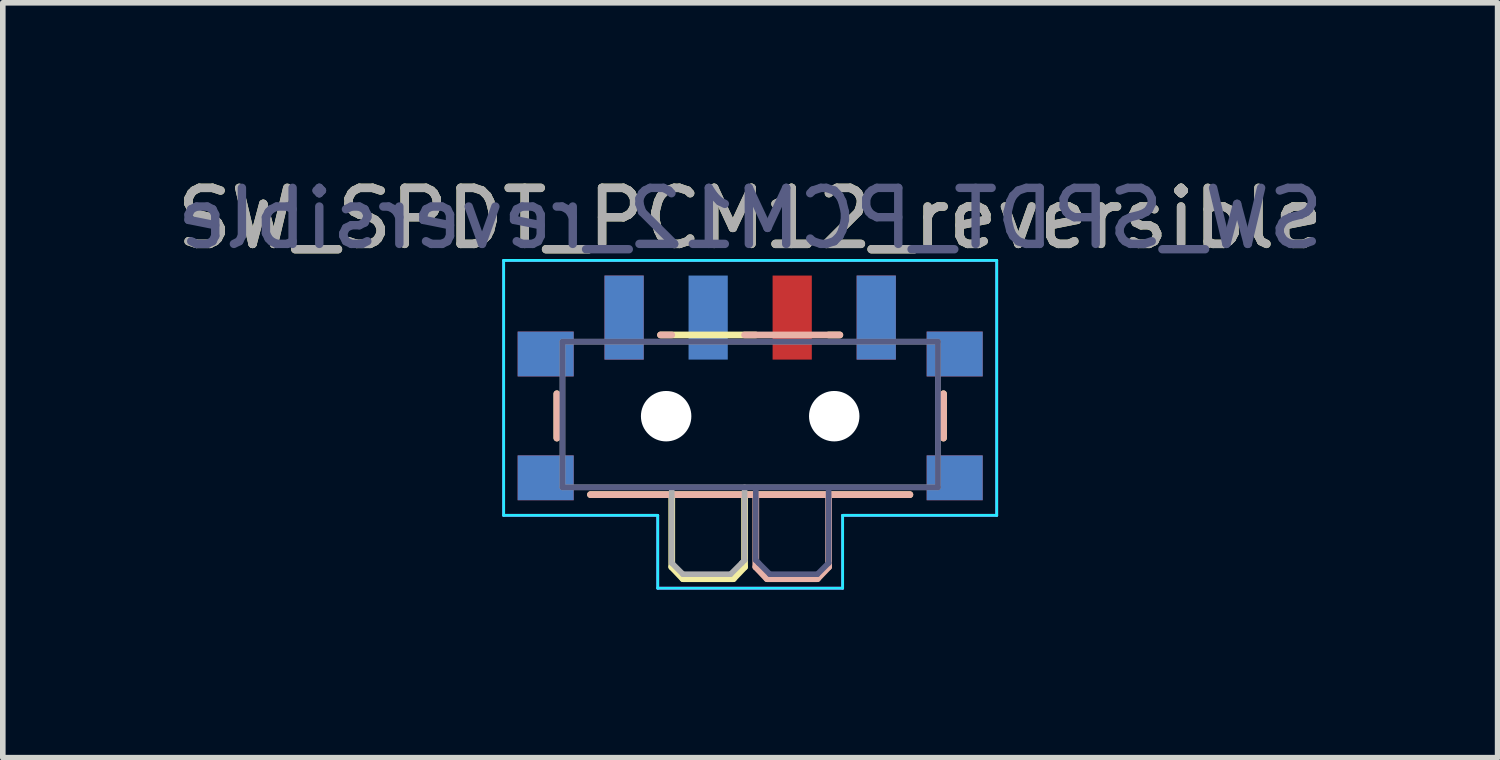
<source format=kicad_pcb>
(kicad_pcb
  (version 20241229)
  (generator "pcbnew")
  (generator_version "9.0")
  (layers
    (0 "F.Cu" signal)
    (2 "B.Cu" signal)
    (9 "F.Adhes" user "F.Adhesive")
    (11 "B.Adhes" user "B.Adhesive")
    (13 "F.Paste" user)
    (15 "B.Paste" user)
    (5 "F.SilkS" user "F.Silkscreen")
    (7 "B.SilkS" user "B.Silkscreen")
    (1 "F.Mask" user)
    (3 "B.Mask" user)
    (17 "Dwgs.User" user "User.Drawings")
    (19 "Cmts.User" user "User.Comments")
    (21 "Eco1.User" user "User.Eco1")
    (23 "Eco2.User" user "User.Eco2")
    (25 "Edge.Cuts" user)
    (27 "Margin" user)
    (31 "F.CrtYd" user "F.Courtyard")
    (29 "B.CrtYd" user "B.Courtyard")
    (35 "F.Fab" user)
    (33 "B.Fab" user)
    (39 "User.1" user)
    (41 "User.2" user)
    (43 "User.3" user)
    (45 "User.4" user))
  (footprint "SW_SPDT_PCM12_reversible"
    (layer "F.Cu")
    (at 10.339 4.048)
    (property "Reference" "SW_SPDT_PCM12_reversible" (at 0 -3.2 0) (layer "F.SilkS") (effects (font (size 1 1) (thickness 0.15))))
    (attr smd)
    (fp_line (start -3.45 -0.07) (end -3.45 0.72) (stroke (width 0.12) (type solid)) (layer "F.SilkS"))
    (fp_line (start -2.85 1.73) (end 2.85 1.73) (stroke (width 0.12) (type solid)) (layer "F.SilkS"))
    (fp_line (start -1.6 -1.12) (end 0.1 -1.12) (stroke (width 0.12) (type solid)) (layer "F.SilkS"))
    (fp_line (start -1.4 1.73) (end -1.4 3.02) (stroke (width 0.12) (type solid)) (layer "F.SilkS"))
    (fp_line (start -1.4 3.02) (end -1.2 3.23) (stroke (width 0.12) (type solid)) (layer "F.SilkS"))
    (fp_line (start -1.2 3.23) (end -0.3 3.23) (stroke (width 0.12) (type solid)) (layer "F.SilkS"))
    (fp_line (start -0.1 3.02) (end -0.3 3.23) (stroke (width 0.12) (type solid)) (layer "F.SilkS"))
    (fp_line (start -0.1 3.02) (end -0.1 1.73) (stroke (width 0.12) (type solid)) (layer "F.SilkS"))
    (fp_line (start 1.4 -1.12) (end 1.6 -1.12) (stroke (width 0.12) (type solid)) (layer "F.SilkS"))
    (fp_line (start 3.45 0.72) (end 3.45 -0.07) (stroke (width 0.12) (type solid)) (layer "F.SilkS"))
    (fp_line (start -3.45 0.72) (end -3.45 -0.07) (stroke (width 0.12) (type solid)) (layer "B.SilkS"))
    (fp_line (start -1.4 -1.12) (end -1.6 -1.12) (stroke (width 0.12) (type solid)) (layer "B.SilkS"))
    (fp_line (start 0.1 3.02) (end 0.1 1.73) (stroke (width 0.12) (type solid)) (layer "B.SilkS"))
    (fp_line (start 0.1 3.02) (end 0.3 3.23) (stroke (width 0.12) (type solid)) (layer "B.SilkS"))
    (fp_line (start 1.2 3.23) (end 0.3 3.23) (stroke (width 0.12) (type solid)) (layer "B.SilkS"))
    (fp_line (start 1.4 1.73) (end 1.4 3.02) (stroke (width 0.12) (type solid)) (layer "B.SilkS"))
    (fp_line (start 1.4 3.02) (end 1.2 3.23) (stroke (width 0.12) (type solid)) (layer "B.SilkS"))
    (fp_line (start 1.6 -1.12) (end -0.1 -1.12) (stroke (width 0.12) (type solid)) (layer "B.SilkS"))
    (fp_line (start 2.85 1.73) (end -2.85 1.73) (stroke (width 0.12) (type solid)) (layer "B.SilkS"))
    (fp_line (start 3.45 -0.07) (end 3.45 0.72) (stroke (width 0.12) (type solid)) (layer "B.SilkS"))
    (fp_line (start -4.4 -2.45) (end -4.4 2.1) (stroke (width 0.05) (type solid)) (layer "B.CrtYd"))
    (fp_line (start -4.4 2.1) (end -1.65 2.1) (stroke (width 0.05) (type solid)) (layer "B.CrtYd"))
    (fp_line (start -1.65 2.1) (end -1.65 3.4) (stroke (width 0.05) (type solid)) (layer "B.CrtYd"))
    (fp_line (start -1.65 3.4) (end 1.65 3.4) (stroke (width 0.05) (type solid)) (layer "B.CrtYd"))
    (fp_line (start 1.65 2.1) (end 4.4 2.1) (stroke (width 0.05) (type solid)) (layer "B.CrtYd"))
    (fp_line (start 1.65 3.4) (end 1.65 2.1) (stroke (width 0.05) (type solid)) (layer "B.CrtYd"))
    (fp_line (start 4.4 -2.45) (end -4.4 -2.45) (stroke (width 0.05) (type solid)) (layer "B.CrtYd"))
    (fp_line (start 4.4 2.1) (end 4.4 -2.45) (stroke (width 0.05) (type solid)) (layer "B.CrtYd"))
    (fp_line (start -4.4 -2.45) (end 4.4 -2.45) (stroke (width 0.05) (type solid)) (layer "F.CrtYd"))
    (fp_line (start -4.4 2.1) (end -4.4 -2.45) (stroke (width 0.05) (type solid)) (layer "F.CrtYd"))
    (fp_line (start -1.65 2.1) (end -4.4 2.1) (stroke (width 0.05) (type solid)) (layer "F.CrtYd"))
    (fp_line (start -1.65 3.4) (end -1.65 2.1) (stroke (width 0.05) (type solid)) (layer "F.CrtYd"))
    (fp_line (start 1.65 2.1) (end 1.65 3.4) (stroke (width 0.05) (type solid)) (layer "F.CrtYd"))
    (fp_line (start 1.65 3.4) (end -1.65 3.4) (stroke (width 0.05) (type solid)) (layer "F.CrtYd"))
    (fp_line (start 4.4 -2.45) (end 4.4 2.1) (stroke (width 0.05) (type solid)) (layer "F.CrtYd"))
    (fp_line (start 4.4 2.1) (end 1.65 2.1) (stroke (width 0.05) (type solid)) (layer "F.CrtYd"))
    (fp_line (start -3.35 -1) (end 3.35 -1) (stroke (width 0.1) (type solid)) (layer "B.Fab"))
    (fp_line (start -3.35 1.6) (end -3.35 -1) (stroke (width 0.1) (type solid)) (layer "B.Fab"))
    (fp_line (start 0.1 2.9) (end 0.1 1.6) (stroke (width 0.1) (type solid)) (layer "B.Fab"))
    (fp_line (start 0.15 2.95) (end 0.1 2.9) (stroke (width 0.1) (type solid)) (layer "B.Fab"))
    (fp_line (start 0.35 3.15) (end 0.15 2.95) (stroke (width 0.1) (type solid)) (layer "B.Fab"))
    (fp_line (start 1.2 3.15) (end 0.35 3.15) (stroke (width 0.1) (type solid)) (layer "B.Fab"))
    (fp_line (start 1.4 1.65) (end 1.4 2.95) (stroke (width 0.1) (type solid)) (layer "B.Fab"))
    (fp_line (start 1.4 2.95) (end 1.2 3.15) (stroke (width 0.1) (type solid)) (layer "B.Fab"))
    (fp_line (start 3.35 -1) (end 3.35 1.6) (stroke (width 0.1) (type solid)) (layer "B.Fab"))
    (fp_line (start 3.35 1.6) (end -3.35 1.6) (stroke (width 0.1) (type solid)) (layer "B.Fab"))
    (fp_line (start -3.35 -1) (end -3.35 1.6) (stroke (width 0.1) (type solid)) (layer "F.Fab"))
    (fp_line (start -3.35 1.6) (end 3.35 1.6) (stroke (width 0.1) (type solid)) (layer "F.Fab"))
    (fp_line (start -1.4 1.65) (end -1.4 2.95) (stroke (width 0.1) (type solid)) (layer "F.Fab"))
    (fp_line (start -1.4 2.95) (end -1.2 3.15) (stroke (width 0.1) (type solid)) (layer "F.Fab"))
    (fp_line (start -1.2 3.15) (end -0.35 3.15) (stroke (width 0.1) (type solid)) (layer "F.Fab"))
    (fp_line (start -0.35 3.15) (end -0.15 2.95) (stroke (width 0.1) (type solid)) (layer "F.Fab"))
    (fp_line (start -0.15 2.95) (end -0.1 2.9) (stroke (width 0.1) (type solid)) (layer "F.Fab"))
    (fp_line (start -0.1 2.9) (end -0.1 1.6) (stroke (width 0.1) (type solid)) (layer "F.Fab"))
    (fp_line (start 3.35 -1) (end -3.35 -1) (stroke (width 0.1) (type solid)) (layer "F.Fab"))
    (fp_line (start 3.35 1.6) (end 3.35 -1) (stroke (width 0.1) (type solid)) (layer "F.Fab"))
    (fp_text user "${REFERENCE}" (at 0 -3.2 0) (layer "B.Fab") (effects (font (size 1 1) (thickness 0.15)) (justify mirror)))
    (fp_text user "${REFERENCE}" (at 0 -3.2 0) (layer "F.Fab") (effects (font (size 1 1) (thickness 0.15))))
    (pad "" smd rect (at -3.65 -0.78) (size 1 0.8) (layers "F.Cu" "F.Mask" "F.Paste"))
    (pad "" smd rect (at -3.65 -0.78) (size 1 0.8) (layers "B.Cu" "B.Mask" "B.Paste"))
    (pad "" smd rect (at -3.65 1.43) (size 1 0.8) (layers "F.Cu" "F.Mask" "F.Paste"))
    (pad "" smd rect (at -3.65 1.43) (size 1 0.8) (layers "B.Cu" "B.Mask" "B.Paste"))
    (pad "" np_thru_hole circle (at -1.5 0.33) (size 0.9 0.9) (drill 0.9) (layers "*.Cu" "*.Mask"))
    (pad "" np_thru_hole circle (at 1.5 0.33) (size 0.9 0.9) (drill 0.9) (layers "*.Cu" "*.Mask"))
    (pad "" smd rect (at 3.65 -0.78) (size 1 0.8) (layers "F.Cu" "F.Mask" "F.Paste"))
    (pad "" smd rect (at 3.65 -0.78) (size 1 0.8) (layers "B.Cu" "B.Mask" "B.Paste"))
    (pad "" smd rect (at 3.65 1.43) (size 1 0.8) (layers "F.Cu" "F.Mask" "F.Paste"))
    (pad "" smd rect (at 3.65 1.43) (size 1 0.8) (layers "B.Cu" "B.Mask" "B.Paste"))
    (pad "1" smd rect (at -2.25 -1.43) (size 0.7 1.5) (layers "F.Cu" "F.Mask" "F.Paste"))
    (pad "1" smd rect (at 2.25 -1.43) (size 0.7 1.5) (layers "B.Cu" "B.Mask" "B.Paste"))
    (pad "2" smd rect (at -0.75 -1.43) (size 0.7 1.5) (layers "B.Cu" "B.Mask" "B.Paste"))
    (pad "2" smd rect (at 0.75 -1.43) (size 0.7 1.5) (layers "F.Cu" "F.Mask" "F.Paste"))
    (pad "3" smd rect (at -2.25 -1.43) (size 0.7 1.5) (layers "B.Cu" "B.Mask" "B.Paste"))
    (pad "3" smd rect (at 2.25 -1.43) (size 0.7 1.5) (layers "F.Cu" "F.Mask" "F.Paste")))
  (gr_rect
    (start -3 -3)
    (end 23.679 10.473)
    (stroke (width 0.1) (type default))
    (fill no)
    (layer "Edge.Cuts")))
</source>
